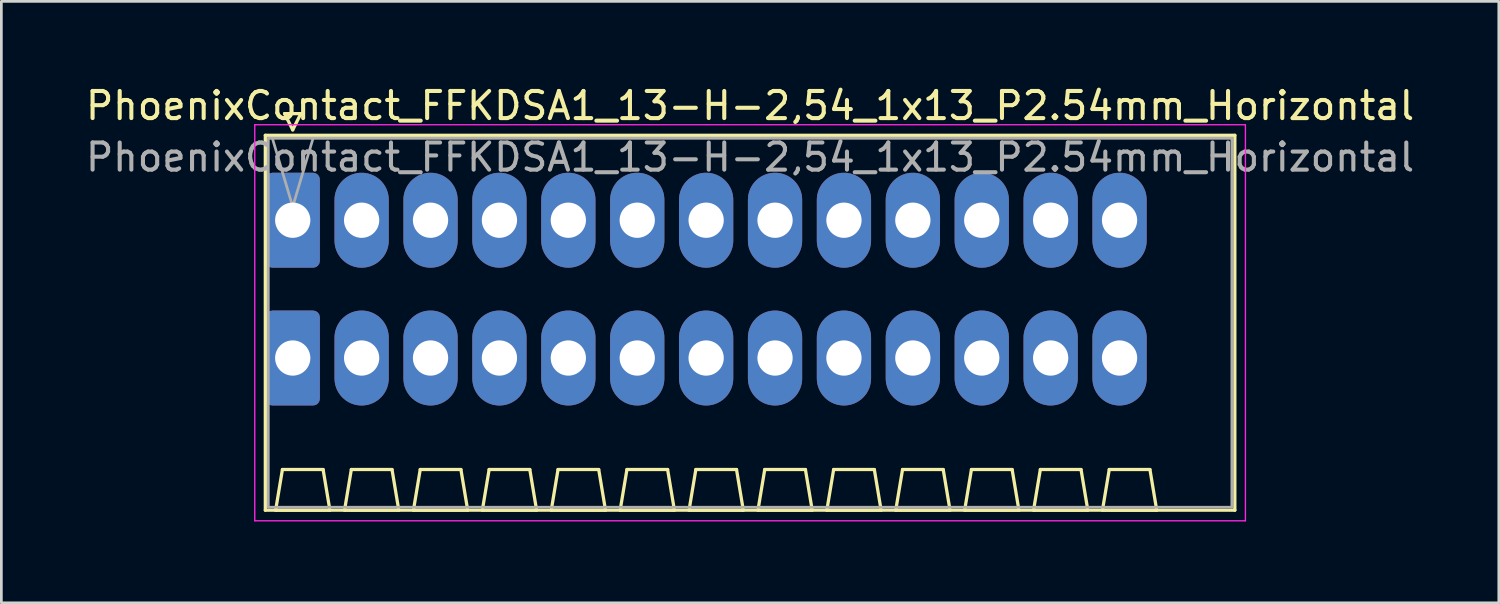
<source format=kicad_pcb>
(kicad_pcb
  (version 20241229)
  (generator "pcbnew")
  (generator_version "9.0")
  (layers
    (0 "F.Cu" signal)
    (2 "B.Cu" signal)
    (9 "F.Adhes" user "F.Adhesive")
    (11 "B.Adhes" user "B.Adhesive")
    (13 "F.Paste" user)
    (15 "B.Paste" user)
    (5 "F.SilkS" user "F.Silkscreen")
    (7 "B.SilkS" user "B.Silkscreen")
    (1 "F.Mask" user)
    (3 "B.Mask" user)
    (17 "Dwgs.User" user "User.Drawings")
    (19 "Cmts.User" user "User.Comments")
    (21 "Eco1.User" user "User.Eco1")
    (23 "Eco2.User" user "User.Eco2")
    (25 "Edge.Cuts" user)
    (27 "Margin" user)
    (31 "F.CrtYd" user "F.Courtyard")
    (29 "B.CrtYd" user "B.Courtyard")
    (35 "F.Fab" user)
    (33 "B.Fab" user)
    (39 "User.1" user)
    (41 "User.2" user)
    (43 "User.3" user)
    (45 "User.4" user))
  (footprint "PhoenixContact_FFKDSA1_13-H-2,54_1x13_P2.54mm_Horizontal"
    (layer "F.Cu")
    (at 7.741 5.068)
    (property "Reference" "PhoenixContact_FFKDSA1_13-H-2,54_1x13_P2.54mm_Horizontal" (at 16.86 -4.22 0) (layer "F.SilkS") (effects (font (size 1 1) (thickness 0.15))))
    (attr through_hole)
    (fp_line (start -1.01 -3.13) (end -1.01 10.69) (stroke (width 0.12) (type solid)) (layer "F.SilkS"))
    (fp_line (start -1.01 10.69) (end 34.73 10.69) (stroke (width 0.12) (type solid)) (layer "F.SilkS"))
    (fp_line (start -0.63 10.69) (end 1.37 10.69) (stroke (width 0.12) (type solid)) (layer "F.SilkS"))
    (fp_line (start -0.38 9.19) (end -0.63 10.69) (stroke (width 0.12) (type solid)) (layer "F.SilkS"))
    (fp_line (start -0.3 -3.93) (end 0.3 -3.93) (stroke (width 0.12) (type solid)) (layer "F.SilkS"))
    (fp_line (start 0 -3.33) (end -0.3 -3.93) (stroke (width 0.12) (type solid)) (layer "F.SilkS"))
    (fp_line (start 0.3 -3.93) (end 0 -3.33) (stroke (width 0.12) (type solid)) (layer "F.SilkS"))
    (fp_line (start 1.12 9.19) (end -0.38 9.19) (stroke (width 0.12) (type solid)) (layer "F.SilkS"))
    (fp_line (start 1.37 10.69) (end 1.12 9.19) (stroke (width 0.12) (type solid)) (layer "F.SilkS"))
    (fp_line (start 1.91 10.69) (end 3.91 10.69) (stroke (width 0.12) (type solid)) (layer "F.SilkS"))
    (fp_line (start 2.16 9.19) (end 1.91 10.69) (stroke (width 0.12) (type solid)) (layer "F.SilkS"))
    (fp_line (start 3.66 9.19) (end 2.16 9.19) (stroke (width 0.12) (type solid)) (layer "F.SilkS"))
    (fp_line (start 3.91 10.69) (end 3.66 9.19) (stroke (width 0.12) (type solid)) (layer "F.SilkS"))
    (fp_line (start 4.45 10.69) (end 6.45 10.69) (stroke (width 0.12) (type solid)) (layer "F.SilkS"))
    (fp_line (start 4.7 9.19) (end 4.45 10.69) (stroke (width 0.12) (type solid)) (layer "F.SilkS"))
    (fp_line (start 6.2 9.19) (end 4.7 9.19) (stroke (width 0.12) (type solid)) (layer "F.SilkS"))
    (fp_line (start 6.45 10.69) (end 6.2 9.19) (stroke (width 0.12) (type solid)) (layer "F.SilkS"))
    (fp_line (start 6.99 10.69) (end 8.99 10.69) (stroke (width 0.12) (type solid)) (layer "F.SilkS"))
    (fp_line (start 7.24 9.19) (end 6.99 10.69) (stroke (width 0.12) (type solid)) (layer "F.SilkS"))
    (fp_line (start 8.74 9.19) (end 7.24 9.19) (stroke (width 0.12) (type solid)) (layer "F.SilkS"))
    (fp_line (start 8.99 10.69) (end 8.74 9.19) (stroke (width 0.12) (type solid)) (layer "F.SilkS"))
    (fp_line (start 9.53 10.69) (end 11.53 10.69) (stroke (width 0.12) (type solid)) (layer "F.SilkS"))
    (fp_line (start 9.78 9.19) (end 9.53 10.69) (stroke (width 0.12) (type solid)) (layer "F.SilkS"))
    (fp_line (start 11.28 9.19) (end 9.78 9.19) (stroke (width 0.12) (type solid)) (layer "F.SilkS"))
    (fp_line (start 11.53 10.69) (end 11.28 9.19) (stroke (width 0.12) (type solid)) (layer "F.SilkS"))
    (fp_line (start 12.07 10.69) (end 14.07 10.69) (stroke (width 0.12) (type solid)) (layer "F.SilkS"))
    (fp_line (start 12.32 9.19) (end 12.07 10.69) (stroke (width 0.12) (type solid)) (layer "F.SilkS"))
    (fp_line (start 13.82 9.19) (end 12.32 9.19) (stroke (width 0.12) (type solid)) (layer "F.SilkS"))
    (fp_line (start 14.07 10.69) (end 13.82 9.19) (stroke (width 0.12) (type solid)) (layer "F.SilkS"))
    (fp_line (start 14.61 10.69) (end 16.61 10.69) (stroke (width 0.12) (type solid)) (layer "F.SilkS"))
    (fp_line (start 14.86 9.19) (end 14.61 10.69) (stroke (width 0.12) (type solid)) (layer "F.SilkS"))
    (fp_line (start 16.36 9.19) (end 14.86 9.19) (stroke (width 0.12) (type solid)) (layer "F.SilkS"))
    (fp_line (start 16.61 10.69) (end 16.36 9.19) (stroke (width 0.12) (type solid)) (layer "F.SilkS"))
    (fp_line (start 17.15 10.69) (end 19.15 10.69) (stroke (width 0.12) (type solid)) (layer "F.SilkS"))
    (fp_line (start 17.4 9.19) (end 17.15 10.69) (stroke (width 0.12) (type solid)) (layer "F.SilkS"))
    (fp_line (start 18.9 9.19) (end 17.4 9.19) (stroke (width 0.12) (type solid)) (layer "F.SilkS"))
    (fp_line (start 19.15 10.69) (end 18.9 9.19) (stroke (width 0.12) (type solid)) (layer "F.SilkS"))
    (fp_line (start 19.69 10.69) (end 21.69 10.69) (stroke (width 0.12) (type solid)) (layer "F.SilkS"))
    (fp_line (start 19.94 9.19) (end 19.69 10.69) (stroke (width 0.12) (type solid)) (layer "F.SilkS"))
    (fp_line (start 21.44 9.19) (end 19.94 9.19) (stroke (width 0.12) (type solid)) (layer "F.SilkS"))
    (fp_line (start 21.69 10.69) (end 21.44 9.19) (stroke (width 0.12) (type solid)) (layer "F.SilkS"))
    (fp_line (start 22.23 10.69) (end 24.23 10.69) (stroke (width 0.12) (type solid)) (layer "F.SilkS"))
    (fp_line (start 22.48 9.19) (end 22.23 10.69) (stroke (width 0.12) (type solid)) (layer "F.SilkS"))
    (fp_line (start 23.98 9.19) (end 22.48 9.19) (stroke (width 0.12) (type solid)) (layer "F.SilkS"))
    (fp_line (start 24.23 10.69) (end 23.98 9.19) (stroke (width 0.12) (type solid)) (layer "F.SilkS"))
    (fp_line (start 24.77 10.69) (end 26.77 10.69) (stroke (width 0.12) (type solid)) (layer "F.SilkS"))
    (fp_line (start 25.02 9.19) (end 24.77 10.69) (stroke (width 0.12) (type solid)) (layer "F.SilkS"))
    (fp_line (start 26.52 9.19) (end 25.02 9.19) (stroke (width 0.12) (type solid)) (layer "F.SilkS"))
    (fp_line (start 26.77 10.69) (end 26.52 9.19) (stroke (width 0.12) (type solid)) (layer "F.SilkS"))
    (fp_line (start 27.31 10.69) (end 29.31 10.69) (stroke (width 0.12) (type solid)) (layer "F.SilkS"))
    (fp_line (start 27.56 9.19) (end 27.31 10.69) (stroke (width 0.12) (type solid)) (layer "F.SilkS"))
    (fp_line (start 29.06 9.19) (end 27.56 9.19) (stroke (width 0.12) (type solid)) (layer "F.SilkS"))
    (fp_line (start 29.31 10.69) (end 29.06 9.19) (stroke (width 0.12) (type solid)) (layer "F.SilkS"))
    (fp_line (start 29.85 10.69) (end 31.85 10.69) (stroke (width 0.12) (type solid)) (layer "F.SilkS"))
    (fp_line (start 30.1 9.19) (end 29.85 10.69) (stroke (width 0.12) (type solid)) (layer "F.SilkS"))
    (fp_line (start 31.6 9.19) (end 30.1 9.19) (stroke (width 0.12) (type solid)) (layer "F.SilkS"))
    (fp_line (start 31.85 10.69) (end 31.6 9.19) (stroke (width 0.12) (type solid)) (layer "F.SilkS"))
    (fp_line (start 34.73 -3.13) (end -1.01 -3.13) (stroke (width 0.12) (type solid)) (layer "F.SilkS"))
    (fp_line (start 34.73 10.69) (end 34.73 -3.13) (stroke (width 0.12) (type solid)) (layer "F.SilkS"))
    (fp_line (start -1.4 -3.52) (end -1.4 11.08) (stroke (width 0.05) (type solid)) (layer "F.CrtYd"))
    (fp_line (start -1.4 11.08) (end 35.12 11.08) (stroke (width 0.05) (type solid)) (layer "F.CrtYd"))
    (fp_line (start 35.12 -3.52) (end -1.4 -3.52) (stroke (width 0.05) (type solid)) (layer "F.CrtYd"))
    (fp_line (start 35.12 11.08) (end 35.12 -3.52) (stroke (width 0.05) (type solid)) (layer "F.CrtYd"))
    (fp_line (start -0.9 -3.02) (end -0.9 10.58) (stroke (width 0.1) (type solid)) (layer "F.Fab"))
    (fp_line (start -0.9 10.58) (end 34.62 10.58) (stroke (width 0.1) (type solid)) (layer "F.Fab"))
    (fp_line (start 0 -0.5) (end -0.75 -3.02) (stroke (width 0.1) (type solid)) (layer "F.Fab"))
    (fp_line (start 0.75 -3.02) (end 0 -0.5) (stroke (width 0.1) (type solid)) (layer "F.Fab"))
    (fp_line (start 34.62 -3.02) (end -0.9 -3.02) (stroke (width 0.1) (type solid)) (layer "F.Fab"))
    (fp_line (start 34.62 10.58) (end 34.62 -3.02) (stroke (width 0.1) (type solid)) (layer "F.Fab"))
    (fp_text user "${REFERENCE}" (at 16.86 -2.32 0) (layer "F.Fab") (effects (font (size 1 1) (thickness 0.15))))
    (pad "1" thru_hole roundrect (at 0 0) (size 2 3.5) (drill 1.3) (layers "*.Cu" "*.Mask") (roundrect_rratio 0.125))
    (pad "1" thru_hole roundrect (at 0 5.08) (size 2 3.5) (drill 1.3) (layers "*.Cu" "*.Mask") (roundrect_rratio 0.125))
    (pad "2" thru_hole oval (at 2.54 0) (size 2 3.5) (drill 1.3) (layers "*.Cu" "*.Mask"))
    (pad "2" thru_hole oval (at 2.54 5.08) (size 2 3.5) (drill 1.3) (layers "*.Cu" "*.Mask"))
    (pad "3" thru_hole oval (at 5.08 0) (size 2 3.5) (drill 1.3) (layers "*.Cu" "*.Mask"))
    (pad "3" thru_hole oval (at 5.08 5.08) (size 2 3.5) (drill 1.3) (layers "*.Cu" "*.Mask"))
    (pad "4" thru_hole oval (at 7.62 0) (size 2 3.5) (drill 1.3) (layers "*.Cu" "*.Mask"))
    (pad "4" thru_hole oval (at 7.62 5.08) (size 2 3.5) (drill 1.3) (layers "*.Cu" "*.Mask"))
    (pad "5" thru_hole oval (at 10.16 0) (size 2 3.5) (drill 1.3) (layers "*.Cu" "*.Mask"))
    (pad "5" thru_hole oval (at 10.16 5.08) (size 2 3.5) (drill 1.3) (layers "*.Cu" "*.Mask"))
    (pad "6" thru_hole oval (at 12.7 0) (size 2 3.5) (drill 1.3) (layers "*.Cu" "*.Mask"))
    (pad "6" thru_hole oval (at 12.7 5.08) (size 2 3.5) (drill 1.3) (layers "*.Cu" "*.Mask"))
    (pad "7" thru_hole oval (at 15.24 0) (size 2 3.5) (drill 1.3) (layers "*.Cu" "*.Mask"))
    (pad "7" thru_hole oval (at 15.24 5.08) (size 2 3.5) (drill 1.3) (layers "*.Cu" "*.Mask"))
    (pad "8" thru_hole oval (at 17.78 0) (size 2 3.5) (drill 1.3) (layers "*.Cu" "*.Mask"))
    (pad "8" thru_hole oval (at 17.78 5.08) (size 2 3.5) (drill 1.3) (layers "*.Cu" "*.Mask"))
    (pad "9" thru_hole oval (at 20.32 0) (size 2 3.5) (drill 1.3) (layers "*.Cu" "*.Mask"))
    (pad "9" thru_hole oval (at 20.32 5.08) (size 2 3.5) (drill 1.3) (layers "*.Cu" "*.Mask"))
    (pad "10" thru_hole oval (at 22.86 0) (size 2 3.5) (drill 1.3) (layers "*.Cu" "*.Mask"))
    (pad "10" thru_hole oval (at 22.86 5.08) (size 2 3.5) (drill 1.3) (layers "*.Cu" "*.Mask"))
    (pad "11" thru_hole oval (at 25.4 0) (size 2 3.5) (drill 1.3) (layers "*.Cu" "*.Mask"))
    (pad "11" thru_hole oval (at 25.4 5.08) (size 2 3.5) (drill 1.3) (layers "*.Cu" "*.Mask"))
    (pad "12" thru_hole oval (at 27.94 0) (size 2 3.5) (drill 1.3) (layers "*.Cu" "*.Mask"))
    (pad "12" thru_hole oval (at 27.94 5.08) (size 2 3.5) (drill 1.3) (layers "*.Cu" "*.Mask"))
    (pad "13" thru_hole oval (at 30.48 0) (size 2 3.5) (drill 1.3) (layers "*.Cu" "*.Mask"))
    (pad "13" thru_hole oval (at 30.48 5.08) (size 2 3.5) (drill 1.3) (layers "*.Cu" "*.Mask")))
  (gr_rect
    (start -3 -3)
    (end 52.202 19.173)
    (stroke (width 0.1) (type default))
    (fill no)
    (layer "Edge.Cuts")))
</source>
